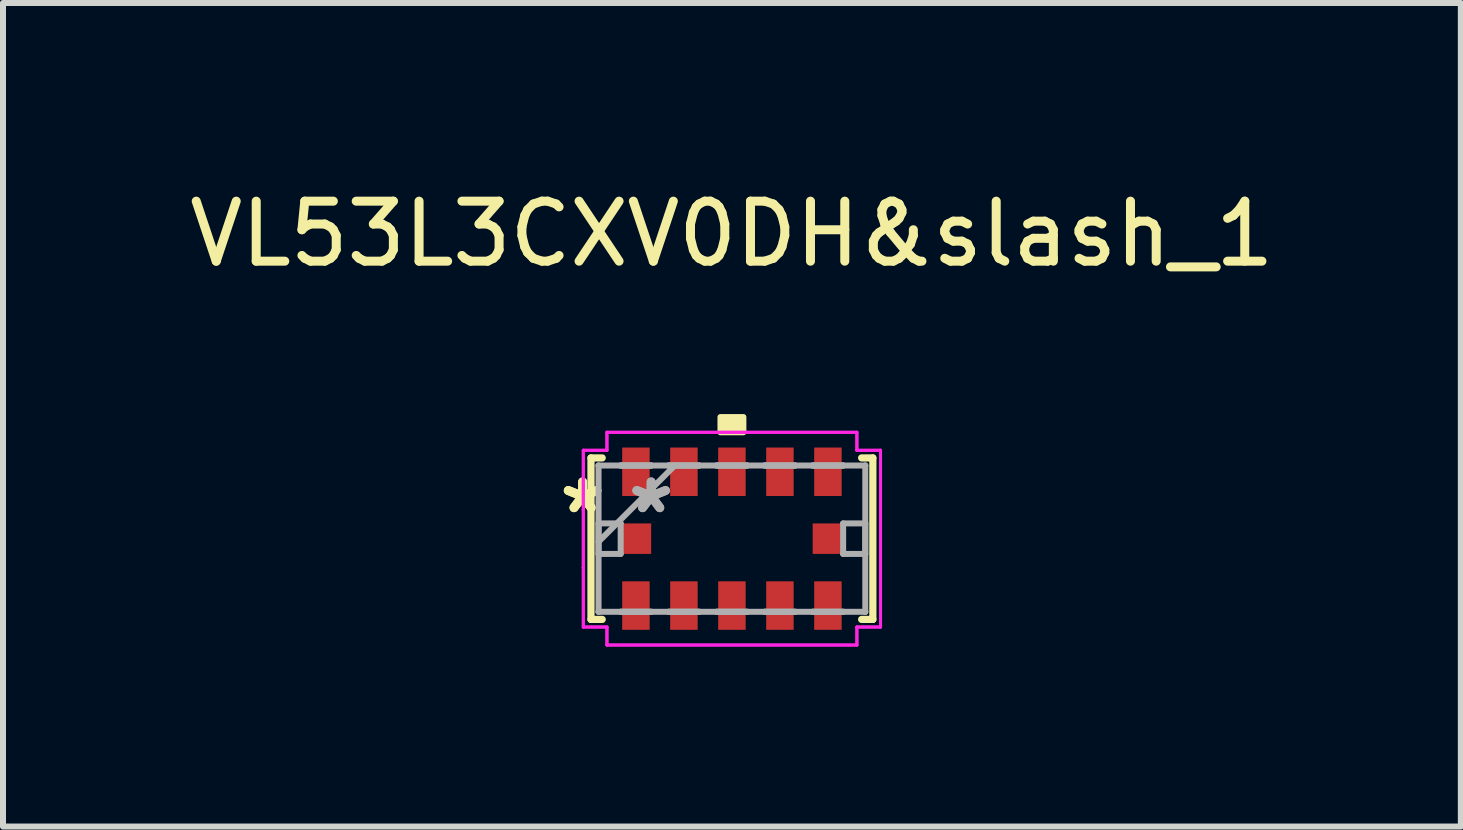
<source format=kicad_pcb>
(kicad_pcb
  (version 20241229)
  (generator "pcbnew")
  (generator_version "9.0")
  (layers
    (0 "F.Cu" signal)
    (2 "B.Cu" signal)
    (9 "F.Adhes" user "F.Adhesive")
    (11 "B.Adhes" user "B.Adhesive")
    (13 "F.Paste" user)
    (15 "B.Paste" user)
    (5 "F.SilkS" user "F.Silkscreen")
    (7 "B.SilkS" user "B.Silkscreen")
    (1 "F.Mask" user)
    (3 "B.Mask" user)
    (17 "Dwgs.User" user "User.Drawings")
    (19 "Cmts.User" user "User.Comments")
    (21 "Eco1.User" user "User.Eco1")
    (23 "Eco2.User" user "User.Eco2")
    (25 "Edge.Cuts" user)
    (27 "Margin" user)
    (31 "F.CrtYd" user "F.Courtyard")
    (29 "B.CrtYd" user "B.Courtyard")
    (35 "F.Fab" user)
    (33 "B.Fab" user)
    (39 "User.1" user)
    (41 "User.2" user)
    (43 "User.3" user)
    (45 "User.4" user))
  (footprint "VL53L3CXV0DH&slash_1"
    (layer "F.Cu")
    (at 9.149 5.928)
    (property "Reference" "VL53L3CXV0DH&slash_1" (at 0 -5.08 180) (layer "F.SilkS") (effects (font (size 1 1) (thickness 0.15))))
    (attr through_hole)
    (fp_line (start -2.349 -1.346) (end -2.349 1.346) (stroke (width 0.12) (type solid)) (layer "F.SilkS"))
    (fp_line (start -2.349 1.346) (end -2.162 1.346) (stroke (width 0.12) (type solid)) (layer "F.SilkS"))
    (fp_line (start -2.162 -1.346) (end -2.349 -1.346) (stroke (width 0.12) (type solid)) (layer "F.SilkS"))
    (fp_line (start 2.162 1.346) (end 2.349 1.346) (stroke (width 0.12) (type solid)) (layer "F.SilkS"))
    (fp_line (start 2.349 -1.346) (end 2.162 -1.346) (stroke (width 0.12) (type solid)) (layer "F.SilkS"))
    (fp_line (start 2.349 1.346) (end 2.349 -1.346) (stroke (width 0.12) (type solid)) (layer "F.SilkS"))
    (fp_poly (pts (xy -0.191 -1.773) (xy -0.191 -2.027) (xy 0.191 -2.027) (xy 0.191 -1.773)) (stroke (width 0.1) (type solid)) (fill yes) (layer "F.SilkS"))
    (fp_line (start -2.477 -1.473) (end -2.083 -1.473) (stroke (width 0.05) (type solid)) (layer "F.CrtYd"))
    (fp_line (start -2.477 -1.473) (end -2.083 -1.473) (stroke (width 0.05) (type solid)) (layer "F.CrtYd"))
    (fp_line (start -2.477 -0.483) (end -2.477 -1.473) (stroke (width 0.05) (type solid)) (layer "F.CrtYd"))
    (fp_line (start -2.477 -0.483) (end -2.477 -1.473) (stroke (width 0.05) (type solid)) (layer "F.CrtYd"))
    (fp_line (start -2.477 -0.483) (end -2.477 -0.483) (stroke (width 0.05) (type solid)) (layer "F.CrtYd"))
    (fp_line (start -2.477 -0.483) (end -2.477 -0.483) (stroke (width 0.05) (type solid)) (layer "F.CrtYd"))
    (fp_line (start -2.477 0.483) (end -2.477 -0.483) (stroke (width 0.05) (type solid)) (layer "F.CrtYd"))
    (fp_line (start -2.477 0.483) (end -2.477 -0.483) (stroke (width 0.05) (type solid)) (layer "F.CrtYd"))
    (fp_line (start -2.477 0.483) (end -2.477 0.483) (stroke (width 0.05) (type solid)) (layer "F.CrtYd"))
    (fp_line (start -2.477 0.483) (end -2.477 0.483) (stroke (width 0.05) (type solid)) (layer "F.CrtYd"))
    (fp_line (start -2.477 1.473) (end -2.477 0.483) (stroke (width 0.05) (type solid)) (layer "F.CrtYd"))
    (fp_line (start -2.477 1.473) (end -2.477 0.483) (stroke (width 0.05) (type solid)) (layer "F.CrtYd"))
    (fp_line (start -2.083 -1.773) (end 2.083 -1.773) (stroke (width 0.05) (type solid)) (layer "F.CrtYd"))
    (fp_line (start -2.083 -1.773) (end 2.083 -1.773) (stroke (width 0.05) (type solid)) (layer "F.CrtYd"))
    (fp_line (start -2.083 -1.473) (end -2.083 -1.773) (stroke (width 0.05) (type solid)) (layer "F.CrtYd"))
    (fp_line (start -2.083 -1.473) (end -2.083 -1.773) (stroke (width 0.05) (type solid)) (layer "F.CrtYd"))
    (fp_line (start -2.083 1.473) (end -2.477 1.473) (stroke (width 0.05) (type solid)) (layer "F.CrtYd"))
    (fp_line (start -2.083 1.473) (end -2.477 1.473) (stroke (width 0.05) (type solid)) (layer "F.CrtYd"))
    (fp_line (start -2.083 1.773) (end -2.083 1.473) (stroke (width 0.05) (type solid)) (layer "F.CrtYd"))
    (fp_line (start -2.083 1.773) (end -2.083 1.473) (stroke (width 0.05) (type solid)) (layer "F.CrtYd"))
    (fp_line (start 2.083 -1.773) (end 2.083 -1.473) (stroke (width 0.05) (type solid)) (layer "F.CrtYd"))
    (fp_line (start 2.083 -1.773) (end 2.083 -1.473) (stroke (width 0.05) (type solid)) (layer "F.CrtYd"))
    (fp_line (start 2.083 -1.473) (end 2.477 -1.473) (stroke (width 0.05) (type solid)) (layer "F.CrtYd"))
    (fp_line (start 2.083 -1.473) (end 2.477 -1.473) (stroke (width 0.05) (type solid)) (layer "F.CrtYd"))
    (fp_line (start 2.083 1.473) (end 2.083 1.773) (stroke (width 0.05) (type solid)) (layer "F.CrtYd"))
    (fp_line (start 2.083 1.473) (end 2.083 1.773) (stroke (width 0.05) (type solid)) (layer "F.CrtYd"))
    (fp_line (start 2.083 1.773) (end -2.083 1.773) (stroke (width 0.05) (type solid)) (layer "F.CrtYd"))
    (fp_line (start 2.083 1.773) (end -2.083 1.773) (stroke (width 0.05) (type solid)) (layer "F.CrtYd"))
    (fp_line (start 2.477 -1.473) (end 2.477 -0.483) (stroke (width 0.05) (type solid)) (layer "F.CrtYd"))
    (fp_line (start 2.477 -1.473) (end 2.477 -0.483) (stroke (width 0.05) (type solid)) (layer "F.CrtYd"))
    (fp_line (start 2.477 -0.483) (end 2.477 -0.483) (stroke (width 0.05) (type solid)) (layer "F.CrtYd"))
    (fp_line (start 2.477 -0.483) (end 2.477 -0.483) (stroke (width 0.05) (type solid)) (layer "F.CrtYd"))
    (fp_line (start 2.477 -0.483) (end 2.477 0.483) (stroke (width 0.05) (type solid)) (layer "F.CrtYd"))
    (fp_line (start 2.477 -0.483) (end 2.477 0.483) (stroke (width 0.05) (type solid)) (layer "F.CrtYd"))
    (fp_line (start 2.477 0.483) (end 2.477 0.483) (stroke (width 0.05) (type solid)) (layer "F.CrtYd"))
    (fp_line (start 2.477 0.483) (end 2.477 0.483) (stroke (width 0.05) (type solid)) (layer "F.CrtYd"))
    (fp_line (start 2.477 0.483) (end 2.477 1.473) (stroke (width 0.05) (type solid)) (layer "F.CrtYd"))
    (fp_line (start 2.477 0.483) (end 2.477 1.473) (stroke (width 0.05) (type solid)) (layer "F.CrtYd"))
    (fp_line (start 2.477 1.473) (end 2.083 1.473) (stroke (width 0.05) (type solid)) (layer "F.CrtYd"))
    (fp_line (start 2.477 1.473) (end 2.083 1.473) (stroke (width 0.05) (type solid)) (layer "F.CrtYd"))
    (fp_line (start -2.223 -1.219) (end -2.223 -1.219) (stroke (width 0.1) (type solid)) (layer "F.Fab"))
    (fp_line (start -2.223 -1.219) (end -2.223 1.219) (stroke (width 0.1) (type solid)) (layer "F.Fab"))
    (fp_line (start -2.223 -0.254) (end -1.854 -0.254) (stroke (width 0.1) (type solid)) (layer "F.Fab"))
    (fp_line (start -2.223 0.051) (end -0.953 -1.219) (stroke (width 0.1) (type solid)) (layer "F.Fab"))
    (fp_line (start -2.223 0.254) (end -2.223 -0.254) (stroke (width 0.1) (type solid)) (layer "F.Fab"))
    (fp_line (start -2.223 1.219) (end -2.223 1.219) (stroke (width 0.1) (type solid)) (layer "F.Fab"))
    (fp_line (start -2.223 1.219) (end 2.223 1.219) (stroke (width 0.1) (type solid)) (layer "F.Fab"))
    (fp_line (start -1.854 -0.254) (end -1.854 0.254) (stroke (width 0.1) (type solid)) (layer "F.Fab"))
    (fp_line (start -1.854 0.254) (end -2.223 0.254) (stroke (width 0.1) (type solid)) (layer "F.Fab"))
    (fp_line (start -1.854 -1.219) (end -1.854 -1.219) (stroke (width 0.1) (type solid)) (layer "F.Fab"))
    (fp_line (start -1.854 -1.219) (end -1.346 -1.219) (stroke (width 0.1) (type solid)) (layer "F.Fab"))
    (fp_line (start -1.854 1.219) (end -1.854 1.219) (stroke (width 0.1) (type solid)) (layer "F.Fab"))
    (fp_line (start -1.854 1.219) (end -1.346 1.219) (stroke (width 0.1) (type solid)) (layer "F.Fab"))
    (fp_line (start -1.346 -1.219) (end -1.854 -1.219) (stroke (width 0.1) (type solid)) (layer "F.Fab"))
    (fp_line (start -1.346 -1.219) (end -1.346 -1.219) (stroke (width 0.1) (type solid)) (layer "F.Fab"))
    (fp_line (start -1.346 1.219) (end -1.854 1.219) (stroke (width 0.1) (type solid)) (layer "F.Fab"))
    (fp_line (start -1.346 1.219) (end -1.346 1.219) (stroke (width 0.1) (type solid)) (layer "F.Fab"))
    (fp_line (start -1.054 -1.219) (end -1.054 -1.219) (stroke (width 0.1) (type solid)) (layer "F.Fab"))
    (fp_line (start -1.054 -1.219) (end -0.546 -1.219) (stroke (width 0.1) (type solid)) (layer "F.Fab"))
    (fp_line (start -1.054 1.219) (end -1.054 1.219) (stroke (width 0.1) (type solid)) (layer "F.Fab"))
    (fp_line (start -1.054 1.219) (end -0.546 1.219) (stroke (width 0.1) (type solid)) (layer "F.Fab"))
    (fp_line (start -0.546 -1.219) (end -1.054 -1.219) (stroke (width 0.1) (type solid)) (layer "F.Fab"))
    (fp_line (start -0.546 -1.219) (end -0.546 -1.219) (stroke (width 0.1) (type solid)) (layer "F.Fab"))
    (fp_line (start -0.546 1.219) (end -1.054 1.219) (stroke (width 0.1) (type solid)) (layer "F.Fab"))
    (fp_line (start -0.546 1.219) (end -0.546 1.219) (stroke (width 0.1) (type solid)) (layer "F.Fab"))
    (fp_line (start -0.254 -1.219) (end -0.254 -1.219) (stroke (width 0.1) (type solid)) (layer "F.Fab"))
    (fp_line (start -0.254 -1.219) (end 0.254 -1.219) (stroke (width 0.1) (type solid)) (layer "F.Fab"))
    (fp_line (start -0.254 1.219) (end -0.254 1.219) (stroke (width 0.1) (type solid)) (layer "F.Fab"))
    (fp_line (start -0.254 1.219) (end 0.254 1.219) (stroke (width 0.1) (type solid)) (layer "F.Fab"))
    (fp_line (start 0.254 -1.219) (end -0.254 -1.219) (stroke (width 0.1) (type solid)) (layer "F.Fab"))
    (fp_line (start 0.254 -1.219) (end 0.254 -1.219) (stroke (width 0.1) (type solid)) (layer "F.Fab"))
    (fp_line (start 0.254 1.219) (end -0.254 1.219) (stroke (width 0.1) (type solid)) (layer "F.Fab"))
    (fp_line (start 0.254 1.219) (end 0.254 1.219) (stroke (width 0.1) (type solid)) (layer "F.Fab"))
    (fp_line (start 0.546 -1.219) (end 0.546 -1.219) (stroke (width 0.1) (type solid)) (layer "F.Fab"))
    (fp_line (start 0.546 -1.219) (end 1.054 -1.219) (stroke (width 0.1) (type solid)) (layer "F.Fab"))
    (fp_line (start 0.546 1.219) (end 0.546 1.219) (stroke (width 0.1) (type solid)) (layer "F.Fab"))
    (fp_line (start 0.546 1.219) (end 1.054 1.219) (stroke (width 0.1) (type solid)) (layer "F.Fab"))
    (fp_line (start 1.054 -1.219) (end 0.546 -1.219) (stroke (width 0.1) (type solid)) (layer "F.Fab"))
    (fp_line (start 1.054 -1.219) (end 1.054 -1.219) (stroke (width 0.1) (type solid)) (layer "F.Fab"))
    (fp_line (start 1.054 1.219) (end 0.546 1.219) (stroke (width 0.1) (type solid)) (layer "F.Fab"))
    (fp_line (start 1.054 1.219) (end 1.054 1.219) (stroke (width 0.1) (type solid)) (layer "F.Fab"))
    (fp_line (start 1.346 -1.219) (end 1.346 -1.219) (stroke (width 0.1) (type solid)) (layer "F.Fab"))
    (fp_line (start 1.346 -1.219) (end 1.854 -1.219) (stroke (width 0.1) (type solid)) (layer "F.Fab"))
    (fp_line (start 1.346 1.219) (end 1.346 1.219) (stroke (width 0.1) (type solid)) (layer "F.Fab"))
    (fp_line (start 1.346 1.219) (end 1.854 1.219) (stroke (width 0.1) (type solid)) (layer "F.Fab"))
    (fp_line (start 1.854 -1.219) (end 1.346 -1.219) (stroke (width 0.1) (type solid)) (layer "F.Fab"))
    (fp_line (start 1.854 -1.219) (end 1.854 -1.219) (stroke (width 0.1) (type solid)) (layer "F.Fab"))
    (fp_line (start 1.854 1.219) (end 1.346 1.219) (stroke (width 0.1) (type solid)) (layer "F.Fab"))
    (fp_line (start 1.854 1.219) (end 1.854 1.219) (stroke (width 0.1) (type solid)) (layer "F.Fab"))
    (fp_line (start 1.854 -0.254) (end 2.223 -0.254) (stroke (width 0.1) (type solid)) (layer "F.Fab"))
    (fp_line (start 1.854 0.254) (end 1.854 -0.254) (stroke (width 0.1) (type solid)) (layer "F.Fab"))
    (fp_line (start 2.223 -1.219) (end -2.223 -1.219) (stroke (width 0.1) (type solid)) (layer "F.Fab"))
    (fp_line (start 2.223 -1.219) (end 2.223 -1.219) (stroke (width 0.1) (type solid)) (layer "F.Fab"))
    (fp_line (start 2.223 -0.254) (end 2.223 0.254) (stroke (width 0.1) (type solid)) (layer "F.Fab"))
    (fp_line (start 2.223 0.254) (end 1.854 0.254) (stroke (width 0.1) (type solid)) (layer "F.Fab"))
    (fp_line (start 2.223 1.219) (end 2.223 -1.219) (stroke (width 0.1) (type solid)) (layer "F.Fab"))
    (fp_line (start 2.223 1.219) (end 2.223 1.219) (stroke (width 0.1) (type solid)) (layer "F.Fab"))
    (fp_text user "*" (at -2.489 -0.4 0) (layer "F.SilkS") (effects (font (size 1 1) (thickness 0.15))))
    (fp_text user "*" (at -2.489 -0.4 0) (layer "F.SilkS") (effects (font (size 1 1) (thickness 0.15))))
    (fp_text user "*" (at -1.346 -0.4 0) (layer "F.Fab") (effects (font (size 1 1) (thickness 0.15))))
    (fp_text user "*" (at -1.346 -0.4 0) (layer "F.Fab") (effects (font (size 1 1) (thickness 0.15))))
    (pad "1" smd rect (at -1.6 -1.115) (size 0.458 0.808) (layers "F.Cu" "F.Mask" "F.Paste"))
    (pad "2" smd rect (at -0.8 -1.115) (size 0.458 0.808) (layers "F.Cu" "F.Mask" "F.Paste"))
    (pad "3" smd rect (at 0 -1.115) (size 0.458 0.808) (layers "F.Cu" "F.Mask" "F.Paste"))
    (pad "4" smd rect (at 0.8 -1.115) (size 0.458 0.808) (layers "F.Cu" "F.Mask" "F.Paste"))
    (pad "5" smd rect (at 1.6 -1.115) (size 0.458 0.808) (layers "F.Cu" "F.Mask" "F.Paste"))
    (pad "6" smd rect (at 1.6 0 90) (size 0.508 0.508) (layers "F.Cu" "F.Mask" "F.Paste"))
    (pad "7" smd rect (at 1.6 1.115) (size 0.458 0.808) (layers "F.Cu" "F.Mask" "F.Paste"))
    (pad "8" smd rect (at 0.8 1.115) (size 0.458 0.808) (layers "F.Cu" "F.Mask" "F.Paste"))
    (pad "9" smd rect (at 0 1.115) (size 0.458 0.808) (layers "F.Cu" "F.Mask" "F.Paste"))
    (pad "10" smd rect (at -0.8 1.115) (size 0.458 0.808) (layers "F.Cu" "F.Mask" "F.Paste"))
    (pad "11" smd rect (at -1.6 1.115) (size 0.458 0.808) (layers "F.Cu" "F.Mask" "F.Paste"))
    (pad "12" smd rect (at -1.6 0 90) (size 0.508 0.508) (layers "F.Cu" "F.Mask" "F.Paste")))
  (gr_rect
    (start -3 -3)
    (end 21.298 10.726)
    (stroke (width 0.1) (type default))
    (fill no)
    (layer "Edge.Cuts")))
</source>
